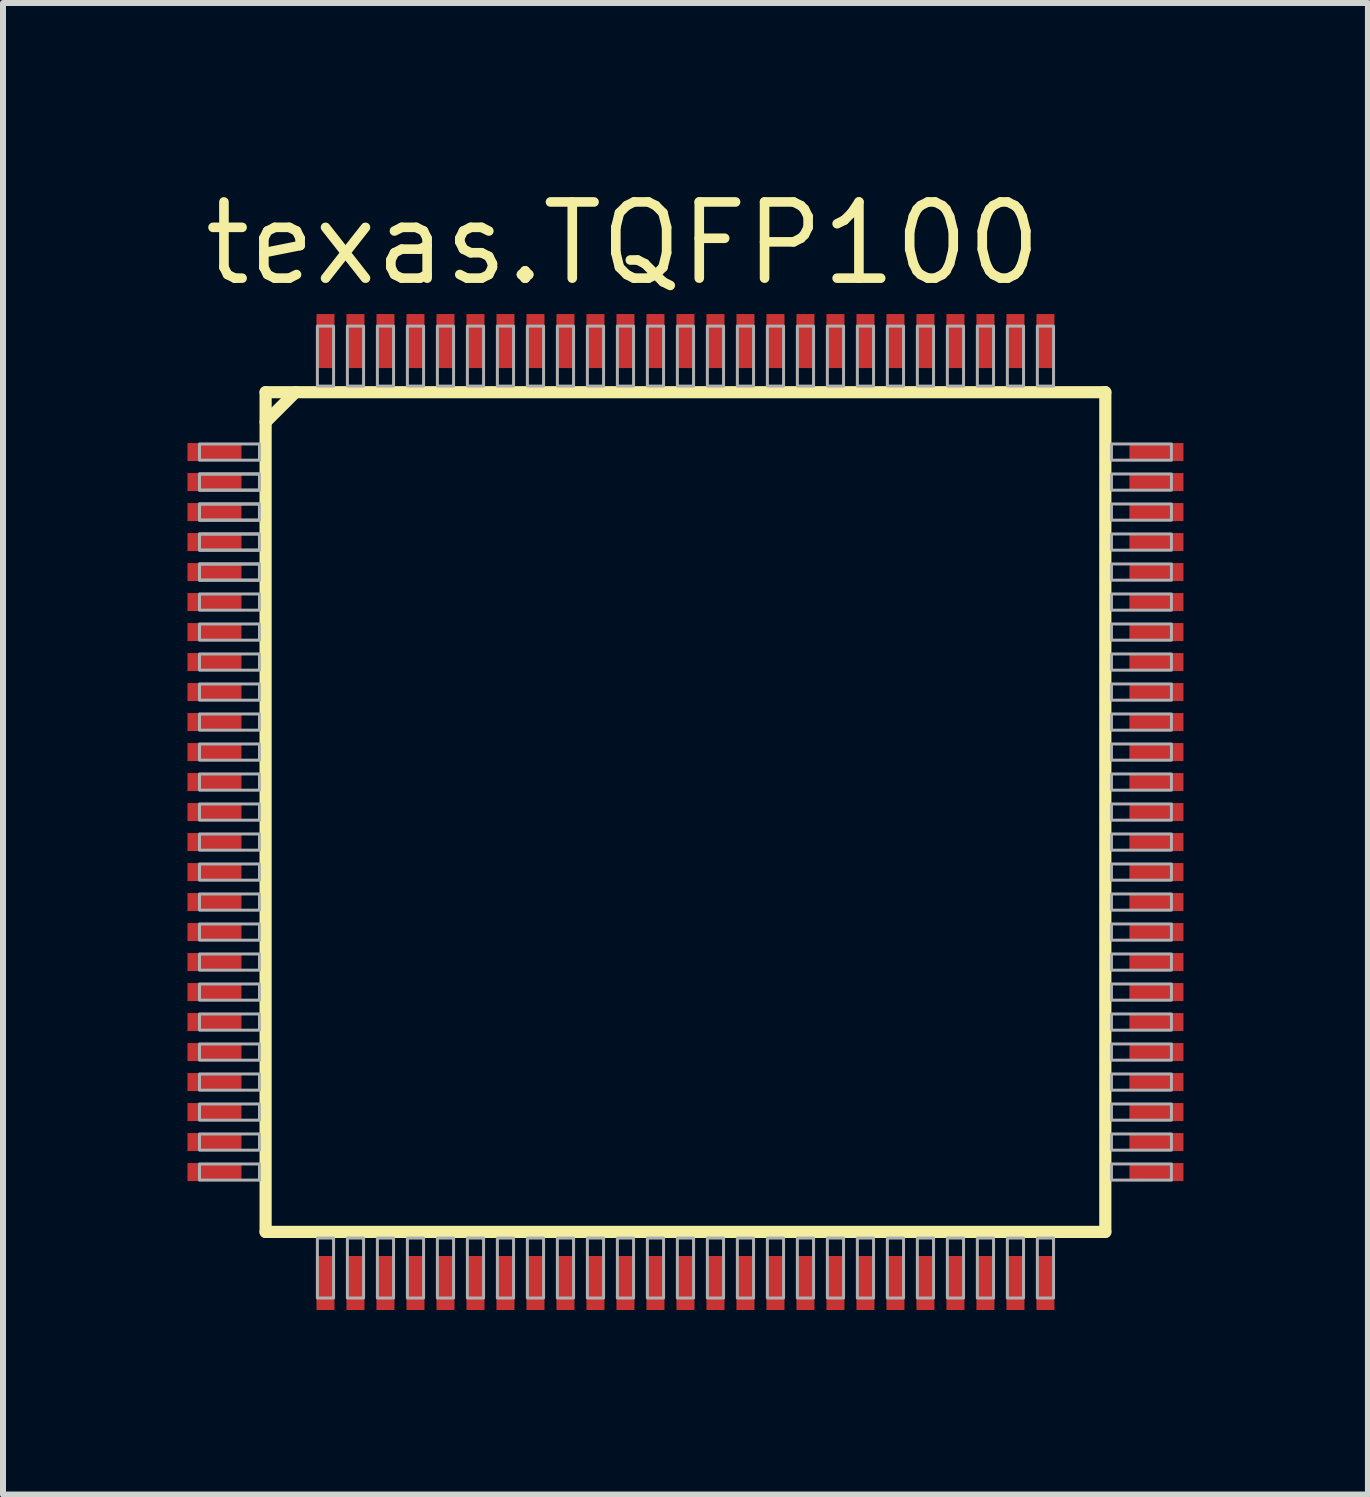
<source format=kicad_pcb>
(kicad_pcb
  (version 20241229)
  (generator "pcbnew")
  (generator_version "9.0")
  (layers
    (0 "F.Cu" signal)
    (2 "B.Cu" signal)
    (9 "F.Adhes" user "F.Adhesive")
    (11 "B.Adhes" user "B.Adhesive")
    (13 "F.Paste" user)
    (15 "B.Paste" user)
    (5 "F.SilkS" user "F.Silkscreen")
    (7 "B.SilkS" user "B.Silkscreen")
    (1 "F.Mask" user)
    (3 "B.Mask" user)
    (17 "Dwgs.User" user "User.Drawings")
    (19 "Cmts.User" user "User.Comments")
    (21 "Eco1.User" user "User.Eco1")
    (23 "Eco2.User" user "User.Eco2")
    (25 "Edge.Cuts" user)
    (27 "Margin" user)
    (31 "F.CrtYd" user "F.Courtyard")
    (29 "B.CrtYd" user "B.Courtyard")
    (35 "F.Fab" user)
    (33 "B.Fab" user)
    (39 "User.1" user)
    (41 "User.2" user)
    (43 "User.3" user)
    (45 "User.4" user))
  (footprint "texas.TQFP100"
    (layer "F.Cu")
    (at 8.375 10.485)
    (property "Reference" "texas.TQFP100" (at -8.1 -8.735 0) (layer "F.SilkS") (effects (font (size 1.27 1.27) (thickness 0.16)) (justify left bottom)))
    (attr smd)
    (fp_rect (start -8.35 -5.825) (end -7.3 -6.175) (stroke (width 0.05) (type default)) (fill yes) (layer "F.Mask"))
    (fp_rect (start -8.35 -5.325) (end -7.3 -5.675) (stroke (width 0.05) (type default)) (fill yes) (layer "F.Mask"))
    (fp_rect (start -8.35 -4.825) (end -7.3 -5.175) (stroke (width 0.05) (type default)) (fill yes) (layer "F.Mask"))
    (fp_rect (start -8.35 -4.325) (end -7.3 -4.675) (stroke (width 0.05) (type default)) (fill yes) (layer "F.Mask"))
    (fp_rect (start -8.35 -3.825) (end -7.3 -4.175) (stroke (width 0.05) (type default)) (fill yes) (layer "F.Mask"))
    (fp_rect (start -8.35 -3.325) (end -7.3 -3.675) (stroke (width 0.05) (type default)) (fill yes) (layer "F.Mask"))
    (fp_rect (start -8.35 -2.825) (end -7.3 -3.175) (stroke (width 0.05) (type default)) (fill yes) (layer "F.Mask"))
    (fp_rect (start -8.35 -2.325) (end -7.3 -2.675) (stroke (width 0.05) (type default)) (fill yes) (layer "F.Mask"))
    (fp_rect (start -8.35 -1.825) (end -7.3 -2.175) (stroke (width 0.05) (type default)) (fill yes) (layer "F.Mask"))
    (fp_rect (start -8.35 -1.325) (end -7.3 -1.675) (stroke (width 0.05) (type default)) (fill yes) (layer "F.Mask"))
    (fp_rect (start -8.35 -0.825) (end -7.3 -1.175) (stroke (width 0.05) (type default)) (fill yes) (layer "F.Mask"))
    (fp_rect (start -8.35 -0.325) (end -7.3 -0.675) (stroke (width 0.05) (type default)) (fill yes) (layer "F.Mask"))
    (fp_rect (start -8.35 0.175) (end -7.3 -0.175) (stroke (width 0.05) (type default)) (fill yes) (layer "F.Mask"))
    (fp_rect (start -8.35 0.675) (end -7.3 0.325) (stroke (width 0.05) (type default)) (fill yes) (layer "F.Mask"))
    (fp_rect (start -8.35 1.175) (end -7.3 0.825) (stroke (width 0.05) (type default)) (fill yes) (layer "F.Mask"))
    (fp_rect (start -8.35 1.675) (end -7.3 1.325) (stroke (width 0.05) (type default)) (fill yes) (layer "F.Mask"))
    (fp_rect (start -8.35 2.175) (end -7.3 1.825) (stroke (width 0.05) (type default)) (fill yes) (layer "F.Mask"))
    (fp_rect (start -8.35 2.675) (end -7.3 2.325) (stroke (width 0.05) (type default)) (fill yes) (layer "F.Mask"))
    (fp_rect (start -8.35 3.175) (end -7.3 2.825) (stroke (width 0.05) (type default)) (fill yes) (layer "F.Mask"))
    (fp_rect (start -8.35 3.675) (end -7.3 3.325) (stroke (width 0.05) (type default)) (fill yes) (layer "F.Mask"))
    (fp_rect (start -8.35 4.175) (end -7.3 3.825) (stroke (width 0.05) (type default)) (fill yes) (layer "F.Mask"))
    (fp_rect (start -8.35 4.675) (end -7.3 4.325) (stroke (width 0.05) (type default)) (fill yes) (layer "F.Mask"))
    (fp_rect (start -8.35 5.175) (end -7.3 4.825) (stroke (width 0.05) (type default)) (fill yes) (layer "F.Mask"))
    (fp_rect (start -8.35 5.675) (end -7.3 5.325) (stroke (width 0.05) (type default)) (fill yes) (layer "F.Mask"))
    (fp_rect (start -8.35 6.175) (end -7.3 5.825) (stroke (width 0.05) (type default)) (fill yes) (layer "F.Mask"))
    (fp_rect (start -6.175 -7.3) (end -5.825 -8.35) (stroke (width 0.05) (type default)) (fill yes) (layer "F.Mask"))
    (fp_rect (start -6.175 8.35) (end -5.825 7.3) (stroke (width 0.05) (type default)) (fill yes) (layer "F.Mask"))
    (fp_rect (start -5.675 -7.3) (end -5.325 -8.35) (stroke (width 0.05) (type default)) (fill yes) (layer "F.Mask"))
    (fp_rect (start -5.675 8.35) (end -5.325 7.3) (stroke (width 0.05) (type default)) (fill yes) (layer "F.Mask"))
    (fp_rect (start -5.175 -7.3) (end -4.825 -8.35) (stroke (width 0.05) (type default)) (fill yes) (layer "F.Mask"))
    (fp_rect (start -5.175 8.35) (end -4.825 7.3) (stroke (width 0.05) (type default)) (fill yes) (layer "F.Mask"))
    (fp_rect (start -4.675 -7.3) (end -4.325 -8.35) (stroke (width 0.05) (type default)) (fill yes) (layer "F.Mask"))
    (fp_rect (start -4.675 8.35) (end -4.325 7.3) (stroke (width 0.05) (type default)) (fill yes) (layer "F.Mask"))
    (fp_rect (start -4.175 -7.3) (end -3.825 -8.35) (stroke (width 0.05) (type default)) (fill yes) (layer "F.Mask"))
    (fp_rect (start -4.175 8.35) (end -3.825 7.3) (stroke (width 0.05) (type default)) (fill yes) (layer "F.Mask"))
    (fp_rect (start -3.675 -7.3) (end -3.325 -8.35) (stroke (width 0.05) (type default)) (fill yes) (layer "F.Mask"))
    (fp_rect (start -3.675 8.35) (end -3.325 7.3) (stroke (width 0.05) (type default)) (fill yes) (layer "F.Mask"))
    (fp_rect (start -3.175 -7.3) (end -2.825 -8.35) (stroke (width 0.05) (type default)) (fill yes) (layer "F.Mask"))
    (fp_rect (start -3.175 8.35) (end -2.825 7.3) (stroke (width 0.05) (type default)) (fill yes) (layer "F.Mask"))
    (fp_rect (start -2.675 -7.3) (end -2.325 -8.35) (stroke (width 0.05) (type default)) (fill yes) (layer "F.Mask"))
    (fp_rect (start -2.675 8.35) (end -2.325 7.3) (stroke (width 0.05) (type default)) (fill yes) (layer "F.Mask"))
    (fp_rect (start -2.175 -7.3) (end -1.825 -8.35) (stroke (width 0.05) (type default)) (fill yes) (layer "F.Mask"))
    (fp_rect (start -2.175 8.35) (end -1.825 7.3) (stroke (width 0.05) (type default)) (fill yes) (layer "F.Mask"))
    (fp_rect (start -1.675 -7.3) (end -1.325 -8.35) (stroke (width 0.05) (type default)) (fill yes) (layer "F.Mask"))
    (fp_rect (start -1.675 8.35) (end -1.325 7.3) (stroke (width 0.05) (type default)) (fill yes) (layer "F.Mask"))
    (fp_rect (start -1.175 -7.3) (end -0.825 -8.35) (stroke (width 0.05) (type default)) (fill yes) (layer "F.Mask"))
    (fp_rect (start -1.175 8.35) (end -0.825 7.3) (stroke (width 0.05) (type default)) (fill yes) (layer "F.Mask"))
    (fp_rect (start -0.675 -7.3) (end -0.325 -8.35) (stroke (width 0.05) (type default)) (fill yes) (layer "F.Mask"))
    (fp_rect (start -0.675 8.35) (end -0.325 7.3) (stroke (width 0.05) (type default)) (fill yes) (layer "F.Mask"))
    (fp_rect (start -0.175 -7.3) (end 0.175 -8.35) (stroke (width 0.05) (type default)) (fill yes) (layer "F.Mask"))
    (fp_rect (start -0.175 8.35) (end 0.175 7.3) (stroke (width 0.05) (type default)) (fill yes) (layer "F.Mask"))
    (fp_rect (start 0.325 -7.3) (end 0.675 -8.35) (stroke (width 0.05) (type default)) (fill yes) (layer "F.Mask"))
    (fp_rect (start 0.325 8.35) (end 0.675 7.3) (stroke (width 0.05) (type default)) (fill yes) (layer "F.Mask"))
    (fp_rect (start 0.825 -7.3) (end 1.175 -8.35) (stroke (width 0.05) (type default)) (fill yes) (layer "F.Mask"))
    (fp_rect (start 0.825 8.35) (end 1.175 7.3) (stroke (width 0.05) (type default)) (fill yes) (layer "F.Mask"))
    (fp_rect (start 1.325 -7.3) (end 1.675 -8.35) (stroke (width 0.05) (type default)) (fill yes) (layer "F.Mask"))
    (fp_rect (start 1.325 8.35) (end 1.675 7.3) (stroke (width 0.05) (type default)) (fill yes) (layer "F.Mask"))
    (fp_rect (start 1.825 -7.3) (end 2.175 -8.35) (stroke (width 0.05) (type default)) (fill yes) (layer "F.Mask"))
    (fp_rect (start 1.825 8.35) (end 2.175 7.3) (stroke (width 0.05) (type default)) (fill yes) (layer "F.Mask"))
    (fp_rect (start 2.325 -7.3) (end 2.675 -8.35) (stroke (width 0.05) (type default)) (fill yes) (layer "F.Mask"))
    (fp_rect (start 2.325 8.35) (end 2.675 7.3) (stroke (width 0.05) (type default)) (fill yes) (layer "F.Mask"))
    (fp_rect (start 2.825 -7.3) (end 3.175 -8.35) (stroke (width 0.05) (type default)) (fill yes) (layer "F.Mask"))
    (fp_rect (start 2.825 8.35) (end 3.175 7.3) (stroke (width 0.05) (type default)) (fill yes) (layer "F.Mask"))
    (fp_rect (start 3.325 -7.3) (end 3.675 -8.35) (stroke (width 0.05) (type default)) (fill yes) (layer "F.Mask"))
    (fp_rect (start 3.325 8.35) (end 3.675 7.3) (stroke (width 0.05) (type default)) (fill yes) (layer "F.Mask"))
    (fp_rect (start 3.825 -7.3) (end 4.175 -8.35) (stroke (width 0.05) (type default)) (fill yes) (layer "F.Mask"))
    (fp_rect (start 3.825 8.35) (end 4.175 7.3) (stroke (width 0.05) (type default)) (fill yes) (layer "F.Mask"))
    (fp_rect (start 4.325 -7.3) (end 4.675 -8.35) (stroke (width 0.05) (type default)) (fill yes) (layer "F.Mask"))
    (fp_rect (start 4.325 8.35) (end 4.675 7.3) (stroke (width 0.05) (type default)) (fill yes) (layer "F.Mask"))
    (fp_rect (start 4.825 -7.3) (end 5.175 -8.35) (stroke (width 0.05) (type default)) (fill yes) (layer "F.Mask"))
    (fp_rect (start 4.825 8.35) (end 5.175 7.3) (stroke (width 0.05) (type default)) (fill yes) (layer "F.Mask"))
    (fp_rect (start 5.325 -7.3) (end 5.675 -8.35) (stroke (width 0.05) (type default)) (fill yes) (layer "F.Mask"))
    (fp_rect (start 5.325 8.35) (end 5.675 7.3) (stroke (width 0.05) (type default)) (fill yes) (layer "F.Mask"))
    (fp_rect (start 5.825 -7.3) (end 6.175 -8.35) (stroke (width 0.05) (type default)) (fill yes) (layer "F.Mask"))
    (fp_rect (start 5.825 8.35) (end 6.175 7.3) (stroke (width 0.05) (type default)) (fill yes) (layer "F.Mask"))
    (fp_rect (start 7.3 -5.825) (end 8.35 -6.175) (stroke (width 0.05) (type default)) (fill yes) (layer "F.Mask"))
    (fp_rect (start 7.3 -5.325) (end 8.35 -5.675) (stroke (width 0.05) (type default)) (fill yes) (layer "F.Mask"))
    (fp_rect (start 7.3 -4.825) (end 8.35 -5.175) (stroke (width 0.05) (type default)) (fill yes) (layer "F.Mask"))
    (fp_rect (start 7.3 -4.325) (end 8.35 -4.675) (stroke (width 0.05) (type default)) (fill yes) (layer "F.Mask"))
    (fp_rect (start 7.3 -3.825) (end 8.35 -4.175) (stroke (width 0.05) (type default)) (fill yes) (layer "F.Mask"))
    (fp_rect (start 7.3 -3.325) (end 8.35 -3.675) (stroke (width 0.05) (type default)) (fill yes) (layer "F.Mask"))
    (fp_rect (start 7.3 -2.825) (end 8.35 -3.175) (stroke (width 0.05) (type default)) (fill yes) (layer "F.Mask"))
    (fp_rect (start 7.3 -2.325) (end 8.35 -2.675) (stroke (width 0.05) (type default)) (fill yes) (layer "F.Mask"))
    (fp_rect (start 7.3 -1.825) (end 8.35 -2.175) (stroke (width 0.05) (type default)) (fill yes) (layer "F.Mask"))
    (fp_rect (start 7.3 -1.325) (end 8.35 -1.675) (stroke (width 0.05) (type default)) (fill yes) (layer "F.Mask"))
    (fp_rect (start 7.3 -0.825) (end 8.35 -1.175) (stroke (width 0.05) (type default)) (fill yes) (layer "F.Mask"))
    (fp_rect (start 7.3 -0.325) (end 8.35 -0.675) (stroke (width 0.05) (type default)) (fill yes) (layer "F.Mask"))
    (fp_rect (start 7.3 0.175) (end 8.35 -0.175) (stroke (width 0.05) (type default)) (fill yes) (layer "F.Mask"))
    (fp_rect (start 7.3 0.675) (end 8.35 0.325) (stroke (width 0.05) (type default)) (fill yes) (layer "F.Mask"))
    (fp_rect (start 7.3 1.175) (end 8.35 0.825) (stroke (width 0.05) (type default)) (fill yes) (layer "F.Mask"))
    (fp_rect (start 7.3 1.675) (end 8.35 1.325) (stroke (width 0.05) (type default)) (fill yes) (layer "F.Mask"))
    (fp_rect (start 7.3 2.175) (end 8.35 1.825) (stroke (width 0.05) (type default)) (fill yes) (layer "F.Mask"))
    (fp_rect (start 7.3 2.675) (end 8.35 2.325) (stroke (width 0.05) (type default)) (fill yes) (layer "F.Mask"))
    (fp_rect (start 7.3 3.175) (end 8.35 2.825) (stroke (width 0.05) (type default)) (fill yes) (layer "F.Mask"))
    (fp_rect (start 7.3 3.675) (end 8.35 3.325) (stroke (width 0.05) (type default)) (fill yes) (layer "F.Mask"))
    (fp_rect (start 7.3 4.175) (end 8.35 3.825) (stroke (width 0.05) (type default)) (fill yes) (layer "F.Mask"))
    (fp_rect (start 7.3 4.675) (end 8.35 4.325) (stroke (width 0.05) (type default)) (fill yes) (layer "F.Mask"))
    (fp_rect (start 7.3 5.175) (end 8.35 4.825) (stroke (width 0.05) (type default)) (fill yes) (layer "F.Mask"))
    (fp_rect (start 7.3 5.675) (end 8.35 5.325) (stroke (width 0.05) (type default)) (fill yes) (layer "F.Mask"))
    (fp_rect (start 7.3 6.175) (end 8.35 5.825) (stroke (width 0.05) (type default)) (fill yes) (layer "F.Mask"))
    (fp_line (start -6.998 -6.998) (end -6.998 6.998) (stroke (width 0.203) (type default)) (layer "F.SilkS"))
    (fp_line (start -6.998 -6.5) (end -6.5 -6.998) (stroke (width 0.203) (type default)) (layer "F.SilkS"))
    (fp_line (start -6.998 6.998) (end 6.998 6.998) (stroke (width 0.203) (type default)) (layer "F.SilkS"))
    (fp_line (start 6.998 -6.998) (end -6.998 -6.998) (stroke (width 0.203) (type default)) (layer "F.SilkS"))
    (fp_line (start 6.998 6.998) (end 6.998 -6.998) (stroke (width 0.203) (type default)) (layer "F.SilkS"))
    (fp_rect (start -8.225 -5.875) (end -7.425 -6.125) (stroke (width 0.05) (type default)) (fill yes) (layer "F.Paste"))
    (fp_rect (start -8.225 -5.375) (end -7.425 -5.625) (stroke (width 0.05) (type default)) (fill yes) (layer "F.Paste"))
    (fp_rect (start -8.225 -4.875) (end -7.425 -5.125) (stroke (width 0.05) (type default)) (fill yes) (layer "F.Paste"))
    (fp_rect (start -8.225 -4.375) (end -7.425 -4.625) (stroke (width 0.05) (type default)) (fill yes) (layer "F.Paste"))
    (fp_rect (start -8.225 -3.875) (end -7.425 -4.125) (stroke (width 0.05) (type default)) (fill yes) (layer "F.Paste"))
    (fp_rect (start -8.225 -3.375) (end -7.425 -3.625) (stroke (width 0.05) (type default)) (fill yes) (layer "F.Paste"))
    (fp_rect (start -8.225 -2.875) (end -7.425 -3.125) (stroke (width 0.05) (type default)) (fill yes) (layer "F.Paste"))
    (fp_rect (start -8.225 -2.375) (end -7.425 -2.625) (stroke (width 0.05) (type default)) (fill yes) (layer "F.Paste"))
    (fp_rect (start -8.225 -1.875) (end -7.425 -2.125) (stroke (width 0.05) (type default)) (fill yes) (layer "F.Paste"))
    (fp_rect (start -8.225 -1.375) (end -7.425 -1.625) (stroke (width 0.05) (type default)) (fill yes) (layer "F.Paste"))
    (fp_rect (start -8.225 -0.875) (end -7.425 -1.125) (stroke (width 0.05) (type default)) (fill yes) (layer "F.Paste"))
    (fp_rect (start -8.225 -0.375) (end -7.425 -0.625) (stroke (width 0.05) (type default)) (fill yes) (layer "F.Paste"))
    (fp_rect (start -8.225 0.125) (end -7.425 -0.125) (stroke (width 0.05) (type default)) (fill yes) (layer "F.Paste"))
    (fp_rect (start -8.225 0.625) (end -7.425 0.375) (stroke (width 0.05) (type default)) (fill yes) (layer "F.Paste"))
    (fp_rect (start -8.225 1.125) (end -7.425 0.875) (stroke (width 0.05) (type default)) (fill yes) (layer "F.Paste"))
    (fp_rect (start -8.225 1.625) (end -7.425 1.375) (stroke (width 0.05) (type default)) (fill yes) (layer "F.Paste"))
    (fp_rect (start -8.225 2.125) (end -7.425 1.875) (stroke (width 0.05) (type default)) (fill yes) (layer "F.Paste"))
    (fp_rect (start -8.225 2.625) (end -7.425 2.375) (stroke (width 0.05) (type default)) (fill yes) (layer "F.Paste"))
    (fp_rect (start -8.225 3.125) (end -7.425 2.875) (stroke (width 0.05) (type default)) (fill yes) (layer "F.Paste"))
    (fp_rect (start -8.225 3.625) (end -7.425 3.375) (stroke (width 0.05) (type default)) (fill yes) (layer "F.Paste"))
    (fp_rect (start -8.225 4.125) (end -7.425 3.875) (stroke (width 0.05) (type default)) (fill yes) (layer "F.Paste"))
    (fp_rect (start -8.225 4.625) (end -7.425 4.375) (stroke (width 0.05) (type default)) (fill yes) (layer "F.Paste"))
    (fp_rect (start -8.225 5.125) (end -7.425 4.875) (stroke (width 0.05) (type default)) (fill yes) (layer "F.Paste"))
    (fp_rect (start -8.225 5.625) (end -7.425 5.375) (stroke (width 0.05) (type default)) (fill yes) (layer "F.Paste"))
    (fp_rect (start -8.225 6.125) (end -7.425 5.875) (stroke (width 0.05) (type default)) (fill yes) (layer "F.Paste"))
    (fp_rect (start -6.125 -7.425) (end -5.875 -8.225) (stroke (width 0.05) (type default)) (fill yes) (layer "F.Paste"))
    (fp_rect (start -6.125 8.225) (end -5.875 7.425) (stroke (width 0.05) (type default)) (fill yes) (layer "F.Paste"))
    (fp_rect (start -5.625 -7.425) (end -5.375 -8.225) (stroke (width 0.05) (type default)) (fill yes) (layer "F.Paste"))
    (fp_rect (start -5.625 8.225) (end -5.375 7.425) (stroke (width 0.05) (type default)) (fill yes) (layer "F.Paste"))
    (fp_rect (start -5.125 -7.425) (end -4.875 -8.225) (stroke (width 0.05) (type default)) (fill yes) (layer "F.Paste"))
    (fp_rect (start -5.125 8.225) (end -4.875 7.425) (stroke (width 0.05) (type default)) (fill yes) (layer "F.Paste"))
    (fp_rect (start -4.625 -7.425) (end -4.375 -8.225) (stroke (width 0.05) (type default)) (fill yes) (layer "F.Paste"))
    (fp_rect (start -4.625 8.225) (end -4.375 7.425) (stroke (width 0.05) (type default)) (fill yes) (layer "F.Paste"))
    (fp_rect (start -4.125 -7.425) (end -3.875 -8.225) (stroke (width 0.05) (type default)) (fill yes) (layer "F.Paste"))
    (fp_rect (start -4.125 8.225) (end -3.875 7.425) (stroke (width 0.05) (type default)) (fill yes) (layer "F.Paste"))
    (fp_rect (start -3.625 -7.425) (end -3.375 -8.225) (stroke (width 0.05) (type default)) (fill yes) (layer "F.Paste"))
    (fp_rect (start -3.625 8.225) (end -3.375 7.425) (stroke (width 0.05) (type default)) (fill yes) (layer "F.Paste"))
    (fp_rect (start -3.125 -7.425) (end -2.875 -8.225) (stroke (width 0.05) (type default)) (fill yes) (layer "F.Paste"))
    (fp_rect (start -3.125 8.225) (end -2.875 7.425) (stroke (width 0.05) (type default)) (fill yes) (layer "F.Paste"))
    (fp_rect (start -2.625 -7.425) (end -2.375 -8.225) (stroke (width 0.05) (type default)) (fill yes) (layer "F.Paste"))
    (fp_rect (start -2.625 8.225) (end -2.375 7.425) (stroke (width 0.05) (type default)) (fill yes) (layer "F.Paste"))
    (fp_rect (start -2.125 -7.425) (end -1.875 -8.225) (stroke (width 0.05) (type default)) (fill yes) (layer "F.Paste"))
    (fp_rect (start -2.125 8.225) (end -1.875 7.425) (stroke (width 0.05) (type default)) (fill yes) (layer "F.Paste"))
    (fp_rect (start -1.625 -7.425) (end -1.375 -8.225) (stroke (width 0.05) (type default)) (fill yes) (layer "F.Paste"))
    (fp_rect (start -1.625 8.225) (end -1.375 7.425) (stroke (width 0.05) (type default)) (fill yes) (layer "F.Paste"))
    (fp_rect (start -1.125 -7.425) (end -0.875 -8.225) (stroke (width 0.05) (type default)) (fill yes) (layer "F.Paste"))
    (fp_rect (start -1.125 8.225) (end -0.875 7.425) (stroke (width 0.05) (type default)) (fill yes) (layer "F.Paste"))
    (fp_rect (start -0.625 -7.425) (end -0.375 -8.225) (stroke (width 0.05) (type default)) (fill yes) (layer "F.Paste"))
    (fp_rect (start -0.625 8.225) (end -0.375 7.425) (stroke (width 0.05) (type default)) (fill yes) (layer "F.Paste"))
    (fp_rect (start -0.125 -7.425) (end 0.125 -8.225) (stroke (width 0.05) (type default)) (fill yes) (layer "F.Paste"))
    (fp_rect (start -0.125 8.225) (end 0.125 7.425) (stroke (width 0.05) (type default)) (fill yes) (layer "F.Paste"))
    (fp_rect (start 0.375 -7.425) (end 0.625 -8.225) (stroke (width 0.05) (type default)) (fill yes) (layer "F.Paste"))
    (fp_rect (start 0.375 8.225) (end 0.625 7.425) (stroke (width 0.05) (type default)) (fill yes) (layer "F.Paste"))
    (fp_rect (start 0.875 -7.425) (end 1.125 -8.225) (stroke (width 0.05) (type default)) (fill yes) (layer "F.Paste"))
    (fp_rect (start 0.875 8.225) (end 1.125 7.425) (stroke (width 0.05) (type default)) (fill yes) (layer "F.Paste"))
    (fp_rect (start 1.375 -7.425) (end 1.625 -8.225) (stroke (width 0.05) (type default)) (fill yes) (layer "F.Paste"))
    (fp_rect (start 1.375 8.225) (end 1.625 7.425) (stroke (width 0.05) (type default)) (fill yes) (layer "F.Paste"))
    (fp_rect (start 1.875 -7.425) (end 2.125 -8.225) (stroke (width 0.05) (type default)) (fill yes) (layer "F.Paste"))
    (fp_rect (start 1.875 8.225) (end 2.125 7.425) (stroke (width 0.05) (type default)) (fill yes) (layer "F.Paste"))
    (fp_rect (start 2.375 -7.425) (end 2.625 -8.225) (stroke (width 0.05) (type default)) (fill yes) (layer "F.Paste"))
    (fp_rect (start 2.375 8.225) (end 2.625 7.425) (stroke (width 0.05) (type default)) (fill yes) (layer "F.Paste"))
    (fp_rect (start 2.875 -7.425) (end 3.125 -8.225) (stroke (width 0.05) (type default)) (fill yes) (layer "F.Paste"))
    (fp_rect (start 2.875 8.225) (end 3.125 7.425) (stroke (width 0.05) (type default)) (fill yes) (layer "F.Paste"))
    (fp_rect (start 3.375 -7.425) (end 3.625 -8.225) (stroke (width 0.05) (type default)) (fill yes) (layer "F.Paste"))
    (fp_rect (start 3.375 8.225) (end 3.625 7.425) (stroke (width 0.05) (type default)) (fill yes) (layer "F.Paste"))
    (fp_rect (start 3.875 -7.425) (end 4.125 -8.225) (stroke (width 0.05) (type default)) (fill yes) (layer "F.Paste"))
    (fp_rect (start 3.875 8.225) (end 4.125 7.425) (stroke (width 0.05) (type default)) (fill yes) (layer "F.Paste"))
    (fp_rect (start 4.375 -7.425) (end 4.625 -8.225) (stroke (width 0.05) (type default)) (fill yes) (layer "F.Paste"))
    (fp_rect (start 4.375 8.225) (end 4.625 7.425) (stroke (width 0.05) (type default)) (fill yes) (layer "F.Paste"))
    (fp_rect (start 4.875 -7.425) (end 5.125 -8.225) (stroke (width 0.05) (type default)) (fill yes) (layer "F.Paste"))
    (fp_rect (start 4.875 8.225) (end 5.125 7.425) (stroke (width 0.05) (type default)) (fill yes) (layer "F.Paste"))
    (fp_rect (start 5.375 -7.425) (end 5.625 -8.225) (stroke (width 0.05) (type default)) (fill yes) (layer "F.Paste"))
    (fp_rect (start 5.375 8.225) (end 5.625 7.425) (stroke (width 0.05) (type default)) (fill yes) (layer "F.Paste"))
    (fp_rect (start 5.875 -7.425) (end 6.125 -8.225) (stroke (width 0.05) (type default)) (fill yes) (layer "F.Paste"))
    (fp_rect (start 5.875 8.225) (end 6.125 7.425) (stroke (width 0.05) (type default)) (fill yes) (layer "F.Paste"))
    (fp_rect (start 7.425 -5.875) (end 8.225 -6.125) (stroke (width 0.05) (type default)) (fill yes) (layer "F.Paste"))
    (fp_rect (start 7.425 -5.375) (end 8.225 -5.625) (stroke (width 0.05) (type default)) (fill yes) (layer "F.Paste"))
    (fp_rect (start 7.425 -4.875) (end 8.225 -5.125) (stroke (width 0.05) (type default)) (fill yes) (layer "F.Paste"))
    (fp_rect (start 7.425 -4.375) (end 8.225 -4.625) (stroke (width 0.05) (type default)) (fill yes) (layer "F.Paste"))
    (fp_rect (start 7.425 -3.875) (end 8.225 -4.125) (stroke (width 0.05) (type default)) (fill yes) (layer "F.Paste"))
    (fp_rect (start 7.425 -3.375) (end 8.225 -3.625) (stroke (width 0.05) (type default)) (fill yes) (layer "F.Paste"))
    (fp_rect (start 7.425 -2.875) (end 8.225 -3.125) (stroke (width 0.05) (type default)) (fill yes) (layer "F.Paste"))
    (fp_rect (start 7.425 -2.375) (end 8.225 -2.625) (stroke (width 0.05) (type default)) (fill yes) (layer "F.Paste"))
    (fp_rect (start 7.425 -1.875) (end 8.225 -2.125) (stroke (width 0.05) (type default)) (fill yes) (layer "F.Paste"))
    (fp_rect (start 7.425 -1.375) (end 8.225 -1.625) (stroke (width 0.05) (type default)) (fill yes) (layer "F.Paste"))
    (fp_rect (start 7.425 -0.875) (end 8.225 -1.125) (stroke (width 0.05) (type default)) (fill yes) (layer "F.Paste"))
    (fp_rect (start 7.425 -0.375) (end 8.225 -0.625) (stroke (width 0.05) (type default)) (fill yes) (layer "F.Paste"))
    (fp_rect (start 7.425 0.125) (end 8.225 -0.125) (stroke (width 0.05) (type default)) (fill yes) (layer "F.Paste"))
    (fp_rect (start 7.425 0.625) (end 8.225 0.375) (stroke (width 0.05) (type default)) (fill yes) (layer "F.Paste"))
    (fp_rect (start 7.425 1.125) (end 8.225 0.875) (stroke (width 0.05) (type default)) (fill yes) (layer "F.Paste"))
    (fp_rect (start 7.425 1.625) (end 8.225 1.375) (stroke (width 0.05) (type default)) (fill yes) (layer "F.Paste"))
    (fp_rect (start 7.425 2.125) (end 8.225 1.875) (stroke (width 0.05) (type default)) (fill yes) (layer "F.Paste"))
    (fp_rect (start 7.425 2.625) (end 8.225 2.375) (stroke (width 0.05) (type default)) (fill yes) (layer "F.Paste"))
    (fp_rect (start 7.425 3.125) (end 8.225 2.875) (stroke (width 0.05) (type default)) (fill yes) (layer "F.Paste"))
    (fp_rect (start 7.425 3.625) (end 8.225 3.375) (stroke (width 0.05) (type default)) (fill yes) (layer "F.Paste"))
    (fp_rect (start 7.425 4.125) (end 8.225 3.875) (stroke (width 0.05) (type default)) (fill yes) (layer "F.Paste"))
    (fp_rect (start 7.425 4.625) (end 8.225 4.375) (stroke (width 0.05) (type default)) (fill yes) (layer "F.Paste"))
    (fp_rect (start 7.425 5.125) (end 8.225 4.875) (stroke (width 0.05) (type default)) (fill yes) (layer "F.Paste"))
    (fp_rect (start 7.425 5.625) (end 8.225 5.375) (stroke (width 0.05) (type default)) (fill yes) (layer "F.Paste"))
    (fp_rect (start 7.425 6.125) (end 8.225 5.875) (stroke (width 0.05) (type default)) (fill yes) (layer "F.Paste"))
    (fp_rect (start -8.1 -5.865) (end -7.1 -6.135) (stroke (width 0.05) (type default)) (fill no) (layer "F.Fab"))
    (fp_rect (start -8.1 -5.365) (end -7.1 -5.635) (stroke (width 0.05) (type default)) (fill no) (layer "F.Fab"))
    (fp_rect (start -8.1 -5.365) (end -7.1 -5.635) (stroke (width 0.05) (type default)) (fill no) (layer "F.Fab"))
    (fp_rect (start -8.1 -4.865) (end -7.1 -5.135) (stroke (width 0.05) (type default)) (fill no) (layer "F.Fab"))
    (fp_rect (start -8.1 -4.865) (end -7.1 -5.135) (stroke (width 0.05) (type default)) (fill no) (layer "F.Fab"))
    (fp_rect (start -8.1 -4.365) (end -7.1 -4.635) (stroke (width 0.05) (type default)) (fill no) (layer "F.Fab"))
    (fp_rect (start -8.1 -4.365) (end -7.1 -4.635) (stroke (width 0.05) (type default)) (fill no) (layer "F.Fab"))
    (fp_rect (start -8.1 -3.865) (end -7.1 -4.135) (stroke (width 0.05) (type default)) (fill no) (layer "F.Fab"))
    (fp_rect (start -8.1 -3.865) (end -7.1 -4.135) (stroke (width 0.05) (type default)) (fill no) (layer "F.Fab"))
    (fp_rect (start -8.1 -3.365) (end -7.1 -3.635) (stroke (width 0.05) (type default)) (fill no) (layer "F.Fab"))
    (fp_rect (start -8.1 -2.865) (end -7.1 -3.135) (stroke (width 0.05) (type default)) (fill no) (layer "F.Fab"))
    (fp_rect (start -8.1 -2.365) (end -7.1 -2.635) (stroke (width 0.05) (type default)) (fill no) (layer "F.Fab"))
    (fp_rect (start -8.1 -1.865) (end -7.1 -2.135) (stroke (width 0.05) (type default)) (fill no) (layer "F.Fab"))
    (fp_rect (start -8.1 -1.365) (end -7.1 -1.635) (stroke (width 0.05) (type default)) (fill no) (layer "F.Fab"))
    (fp_rect (start -8.1 -0.865) (end -7.1 -1.135) (stroke (width 0.05) (type default)) (fill no) (layer "F.Fab"))
    (fp_rect (start -8.1 -0.365) (end -7.1 -0.635) (stroke (width 0.05) (type default)) (fill no) (layer "F.Fab"))
    (fp_rect (start -8.1 0.135) (end -7.1 -0.135) (stroke (width 0.05) (type default)) (fill no) (layer "F.Fab"))
    (fp_rect (start -8.1 0.635) (end -7.1 0.365) (stroke (width 0.05) (type default)) (fill no) (layer "F.Fab"))
    (fp_rect (start -8.1 1.135) (end -7.1 0.865) (stroke (width 0.05) (type default)) (fill no) (layer "F.Fab"))
    (fp_rect (start -8.1 1.635) (end -7.1 1.365) (stroke (width 0.05) (type default)) (fill no) (layer "F.Fab"))
    (fp_rect (start -8.1 2.135) (end -7.1 1.865) (stroke (width 0.05) (type default)) (fill no) (layer "F.Fab"))
    (fp_rect (start -8.1 2.635) (end -7.1 2.365) (stroke (width 0.05) (type default)) (fill no) (layer "F.Fab"))
    (fp_rect (start -8.1 3.135) (end -7.1 2.865) (stroke (width 0.05) (type default)) (fill no) (layer "F.Fab"))
    (fp_rect (start -8.1 3.635) (end -7.1 3.365) (stroke (width 0.05) (type default)) (fill no) (layer "F.Fab"))
    (fp_rect (start -8.1 4.135) (end -7.1 3.865) (stroke (width 0.05) (type default)) (fill no) (layer "F.Fab"))
    (fp_rect (start -8.1 4.635) (end -7.1 4.365) (stroke (width 0.05) (type default)) (fill no) (layer "F.Fab"))
    (fp_rect (start -8.1 5.135) (end -7.1 4.865) (stroke (width 0.05) (type default)) (fill no) (layer "F.Fab"))
    (fp_rect (start -8.1 5.635) (end -7.1 5.365) (stroke (width 0.05) (type default)) (fill no) (layer "F.Fab"))
    (fp_rect (start -8.1 6.135) (end -7.1 5.865) (stroke (width 0.05) (type default)) (fill no) (layer "F.Fab"))
    (fp_rect (start -6.135 -7.1) (end -5.865 -8.1) (stroke (width 0.05) (type default)) (fill no) (layer "F.Fab"))
    (fp_rect (start -6.135 8.1) (end -5.865 7.1) (stroke (width 0.05) (type default)) (fill no) (layer "F.Fab"))
    (fp_rect (start -5.635 -7.1) (end -5.365 -8.1) (stroke (width 0.05) (type default)) (fill no) (layer "F.Fab"))
    (fp_rect (start -5.635 8.1) (end -5.365 7.1) (stroke (width 0.05) (type default)) (fill no) (layer "F.Fab"))
    (fp_rect (start -5.135 -7.1) (end -4.865 -8.1) (stroke (width 0.05) (type default)) (fill no) (layer "F.Fab"))
    (fp_rect (start -5.135 8.1) (end -4.865 7.1) (stroke (width 0.05) (type default)) (fill no) (layer "F.Fab"))
    (fp_rect (start -4.635 -7.1) (end -4.365 -8.1) (stroke (width 0.05) (type default)) (fill no) (layer "F.Fab"))
    (fp_rect (start -4.635 8.1) (end -4.365 7.1) (stroke (width 0.05) (type default)) (fill no) (layer "F.Fab"))
    (fp_rect (start -4.135 -7.1) (end -3.865 -8.1) (stroke (width 0.05) (type default)) (fill no) (layer "F.Fab"))
    (fp_rect (start -4.135 8.1) (end -3.865 7.1) (stroke (width 0.05) (type default)) (fill no) (layer "F.Fab"))
    (fp_rect (start -3.635 -7.1) (end -3.365 -8.1) (stroke (width 0.05) (type default)) (fill no) (layer "F.Fab"))
    (fp_rect (start -3.635 8.1) (end -3.365 7.1) (stroke (width 0.05) (type default)) (fill no) (layer "F.Fab"))
    (fp_rect (start -3.135 -7.1) (end -2.865 -8.1) (stroke (width 0.05) (type default)) (fill no) (layer "F.Fab"))
    (fp_rect (start -3.135 8.1) (end -2.865 7.1) (stroke (width 0.05) (type default)) (fill no) (layer "F.Fab"))
    (fp_rect (start -2.635 -7.1) (end -2.365 -8.1) (stroke (width 0.05) (type default)) (fill no) (layer "F.Fab"))
    (fp_rect (start -2.635 8.1) (end -2.365 7.1) (stroke (width 0.05) (type default)) (fill no) (layer "F.Fab"))
    (fp_rect (start -2.135 -7.1) (end -1.865 -8.1) (stroke (width 0.05) (type default)) (fill no) (layer "F.Fab"))
    (fp_rect (start -2.135 8.1) (end -1.865 7.1) (stroke (width 0.05) (type default)) (fill no) (layer "F.Fab"))
    (fp_rect (start -1.635 -7.1) (end -1.365 -8.1) (stroke (width 0.05) (type default)) (fill no) (layer "F.Fab"))
    (fp_rect (start -1.635 8.1) (end -1.365 7.1) (stroke (width 0.05) (type default)) (fill no) (layer "F.Fab"))
    (fp_rect (start -1.135 -7.1) (end -0.865 -8.1) (stroke (width 0.05) (type default)) (fill no) (layer "F.Fab"))
    (fp_rect (start -1.135 8.1) (end -0.865 7.1) (stroke (width 0.05) (type default)) (fill no) (layer "F.Fab"))
    (fp_rect (start -0.635 -7.1) (end -0.365 -8.1) (stroke (width 0.05) (type default)) (fill no) (layer "F.Fab"))
    (fp_rect (start -0.635 8.1) (end -0.365 7.1) (stroke (width 0.05) (type default)) (fill no) (layer "F.Fab"))
    (fp_rect (start -0.135 -7.1) (end 0.135 -8.1) (stroke (width 0.05) (type default)) (fill no) (layer "F.Fab"))
    (fp_rect (start -0.135 8.1) (end 0.135 7.1) (stroke (width 0.05) (type default)) (fill no) (layer "F.Fab"))
    (fp_rect (start 0.365 -7.1) (end 0.635 -8.1) (stroke (width 0.05) (type default)) (fill no) (layer "F.Fab"))
    (fp_rect (start 0.365 8.1) (end 0.635 7.1) (stroke (width 0.05) (type default)) (fill no) (layer "F.Fab"))
    (fp_rect (start 0.865 -7.1) (end 1.135 -8.1) (stroke (width 0.05) (type default)) (fill no) (layer "F.Fab"))
    (fp_rect (start 0.865 8.1) (end 1.135 7.1) (stroke (width 0.05) (type default)) (fill no) (layer "F.Fab"))
    (fp_rect (start 1.365 -7.1) (end 1.635 -8.1) (stroke (width 0.05) (type default)) (fill no) (layer "F.Fab"))
    (fp_rect (start 1.365 8.1) (end 1.635 7.1) (stroke (width 0.05) (type default)) (fill no) (layer "F.Fab"))
    (fp_rect (start 1.865 -7.1) (end 2.135 -8.1) (stroke (width 0.05) (type default)) (fill no) (layer "F.Fab"))
    (fp_rect (start 1.865 8.1) (end 2.135 7.1) (stroke (width 0.05) (type default)) (fill no) (layer "F.Fab"))
    (fp_rect (start 2.365 -7.1) (end 2.635 -8.1) (stroke (width 0.05) (type default)) (fill no) (layer "F.Fab"))
    (fp_rect (start 2.365 8.1) (end 2.635 7.1) (stroke (width 0.05) (type default)) (fill no) (layer "F.Fab"))
    (fp_rect (start 2.865 -7.1) (end 3.135 -8.1) (stroke (width 0.05) (type default)) (fill no) (layer "F.Fab"))
    (fp_rect (start 2.865 8.1) (end 3.135 7.1) (stroke (width 0.05) (type default)) (fill no) (layer "F.Fab"))
    (fp_rect (start 3.365 -7.1) (end 3.635 -8.1) (stroke (width 0.05) (type default)) (fill no) (layer "F.Fab"))
    (fp_rect (start 3.365 8.1) (end 3.635 7.1) (stroke (width 0.05) (type default)) (fill no) (layer "F.Fab"))
    (fp_rect (start 3.865 -7.1) (end 4.135 -8.1) (stroke (width 0.05) (type default)) (fill no) (layer "F.Fab"))
    (fp_rect (start 3.865 8.1) (end 4.135 7.1) (stroke (width 0.05) (type default)) (fill no) (layer "F.Fab"))
    (fp_rect (start 4.365 -7.1) (end 4.635 -8.1) (stroke (width 0.05) (type default)) (fill no) (layer "F.Fab"))
    (fp_rect (start 4.365 8.1) (end 4.635 7.1) (stroke (width 0.05) (type default)) (fill no) (layer "F.Fab"))
    (fp_rect (start 4.865 -7.1) (end 5.135 -8.1) (stroke (width 0.05) (type default)) (fill no) (layer "F.Fab"))
    (fp_rect (start 4.865 8.1) (end 5.135 7.1) (stroke (width 0.05) (type default)) (fill no) (layer "F.Fab"))
    (fp_rect (start 5.365 -7.1) (end 5.635 -8.1) (stroke (width 0.05) (type default)) (fill no) (layer "F.Fab"))
    (fp_rect (start 5.365 8.1) (end 5.635 7.1) (stroke (width 0.05) (type default)) (fill no) (layer "F.Fab"))
    (fp_rect (start 5.865 -7.1) (end 6.135 -8.1) (stroke (width 0.05) (type default)) (fill no) (layer "F.Fab"))
    (fp_rect (start 5.865 8.1) (end 6.135 7.1) (stroke (width 0.05) (type default)) (fill no) (layer "F.Fab"))
    (fp_rect (start 7.1 -5.865) (end 8.1 -6.135) (stroke (width 0.05) (type default)) (fill no) (layer "F.Fab"))
    (fp_rect (start 7.1 -5.365) (end 8.1 -5.635) (stroke (width 0.05) (type default)) (fill no) (layer "F.Fab"))
    (fp_rect (start 7.1 -4.865) (end 8.1 -5.135) (stroke (width 0.05) (type default)) (fill no) (layer "F.Fab"))
    (fp_rect (start 7.1 -4.365) (end 8.1 -4.635) (stroke (width 0.05) (type default)) (fill no) (layer "F.Fab"))
    (fp_rect (start 7.1 -3.865) (end 8.1 -4.135) (stroke (width 0.05) (type default)) (fill no) (layer "F.Fab"))
    (fp_rect (start 7.1 -3.365) (end 8.1 -3.635) (stroke (width 0.05) (type default)) (fill no) (layer "F.Fab"))
    (fp_rect (start 7.1 -2.865) (end 8.1 -3.135) (stroke (width 0.05) (type default)) (fill no) (layer "F.Fab"))
    (fp_rect (start 7.1 -2.365) (end 8.1 -2.635) (stroke (width 0.05) (type default)) (fill no) (layer "F.Fab"))
    (fp_rect (start 7.1 -1.865) (end 8.1 -2.135) (stroke (width 0.05) (type default)) (fill no) (layer "F.Fab"))
    (fp_rect (start 7.1 -1.365) (end 8.1 -1.635) (stroke (width 0.05) (type default)) (fill no) (layer "F.Fab"))
    (fp_rect (start 7.1 -0.865) (end 8.1 -1.135) (stroke (width 0.05) (type default)) (fill no) (layer "F.Fab"))
    (fp_rect (start 7.1 -0.365) (end 8.1 -0.635) (stroke (width 0.05) (type default)) (fill no) (layer "F.Fab"))
    (fp_rect (start 7.1 0.135) (end 8.1 -0.135) (stroke (width 0.05) (type default)) (fill no) (layer "F.Fab"))
    (fp_rect (start 7.1 0.635) (end 8.1 0.365) (stroke (width 0.05) (type default)) (fill no) (layer "F.Fab"))
    (fp_rect (start 7.1 1.135) (end 8.1 0.865) (stroke (width 0.05) (type default)) (fill no) (layer "F.Fab"))
    (fp_rect (start 7.1 1.635) (end 8.1 1.365) (stroke (width 0.05) (type default)) (fill no) (layer "F.Fab"))
    (fp_rect (start 7.1 2.135) (end 8.1 1.865) (stroke (width 0.05) (type default)) (fill no) (layer "F.Fab"))
    (fp_rect (start 7.1 2.635) (end 8.1 2.365) (stroke (width 0.05) (type default)) (fill no) (layer "F.Fab"))
    (fp_rect (start 7.1 3.135) (end 8.1 2.865) (stroke (width 0.05) (type default)) (fill no) (layer "F.Fab"))
    (fp_rect (start 7.1 3.635) (end 8.1 3.365) (stroke (width 0.05) (type default)) (fill no) (layer "F.Fab"))
    (fp_rect (start 7.1 4.135) (end 8.1 3.865) (stroke (width 0.05) (type default)) (fill no) (layer "F.Fab"))
    (fp_rect (start 7.1 4.635) (end 8.1 4.365) (stroke (width 0.05) (type default)) (fill no) (layer "F.Fab"))
    (fp_rect (start 7.1 5.135) (end 8.1 4.865) (stroke (width 0.05) (type default)) (fill no) (layer "F.Fab"))
    (fp_rect (start 7.1 5.635) (end 8.1 5.365) (stroke (width 0.05) (type default)) (fill no) (layer "F.Fab"))
    (fp_rect (start 7.1 6.135) (end 8.1 5.865) (stroke (width 0.05) (type default)) (fill no) (layer "F.Fab"))
    (pad "1" smd roundrect (at -7.85 -6) (size 0.9 0.3) (layers "F.Cu" "F.Mask" "F.Paste") (roundrect_rratio 0.01))
    (pad "2" smd roundrect (at -7.85 -5.5) (size 0.9 0.3) (layers "F.Cu" "F.Mask" "F.Paste") (roundrect_rratio 0.01))
    (pad "3" smd roundrect (at -7.85 -5) (size 0.9 0.3) (layers "F.Cu" "F.Mask" "F.Paste") (roundrect_rratio 0.01))
    (pad "4" smd roundrect (at -7.85 -4.5) (size 0.9 0.3) (layers "F.Cu" "F.Mask" "F.Paste") (roundrect_rratio 0.01))
    (pad "5" smd roundrect (at -7.85 -4) (size 0.9 0.3) (layers "F.Cu" "F.Mask" "F.Paste") (roundrect_rratio 0.01))
    (pad "6" smd roundrect (at -7.85 -3.5) (size 0.9 0.3) (layers "F.Cu" "F.Mask" "F.Paste") (roundrect_rratio 0.01))
    (pad "7" smd roundrect (at -7.85 -3) (size 0.9 0.3) (layers "F.Cu" "F.Mask" "F.Paste") (roundrect_rratio 0.01))
    (pad "8" smd roundrect (at -7.85 -2.5) (size 0.9 0.3) (layers "F.Cu" "F.Mask" "F.Paste") (roundrect_rratio 0.01))
    (pad "9" smd roundrect (at -7.85 -2) (size 0.9 0.3) (layers "F.Cu" "F.Mask" "F.Paste") (roundrect_rratio 0.01))
    (pad "10" smd roundrect (at -7.85 -1.5) (size 0.9 0.3) (layers "F.Cu" "F.Mask" "F.Paste") (roundrect_rratio 0.01))
    (pad "11" smd roundrect (at -7.85 -1) (size 0.9 0.3) (layers "F.Cu" "F.Mask" "F.Paste") (roundrect_rratio 0.01))
    (pad "12" smd roundrect (at -7.85 -0.5) (size 0.9 0.3) (layers "F.Cu" "F.Mask" "F.Paste") (roundrect_rratio 0.01))
    (pad "13" smd roundrect (at -7.85 0) (size 0.9 0.3) (layers "F.Cu" "F.Mask" "F.Paste") (roundrect_rratio 0.01))
    (pad "14" smd roundrect (at -7.85 0.5) (size 0.9 0.3) (layers "F.Cu" "F.Mask" "F.Paste") (roundrect_rratio 0.01))
    (pad "15" smd roundrect (at -7.85 1) (size 0.9 0.3) (layers "F.Cu" "F.Mask" "F.Paste") (roundrect_rratio 0.01))
    (pad "16" smd roundrect (at -7.85 1.5) (size 0.9 0.3) (layers "F.Cu" "F.Mask" "F.Paste") (roundrect_rratio 0.01))
    (pad "17" smd roundrect (at -7.85 2) (size 0.9 0.3) (layers "F.Cu" "F.Mask" "F.Paste") (roundrect_rratio 0.01))
    (pad "18" smd roundrect (at -7.85 2.5) (size 0.9 0.3) (layers "F.Cu" "F.Mask" "F.Paste") (roundrect_rratio 0.01))
    (pad "19" smd roundrect (at -7.85 3) (size 0.9 0.3) (layers "F.Cu" "F.Mask" "F.Paste") (roundrect_rratio 0.01))
    (pad "20" smd roundrect (at -7.85 3.5) (size 0.9 0.3) (layers "F.Cu" "F.Mask" "F.Paste") (roundrect_rratio 0.01))
    (pad "21" smd roundrect (at -7.85 4) (size 0.9 0.3) (layers "F.Cu" "F.Mask" "F.Paste") (roundrect_rratio 0.01))
    (pad "22" smd roundrect (at -7.85 4.5) (size 0.9 0.3) (layers "F.Cu" "F.Mask" "F.Paste") (roundrect_rratio 0.01))
    (pad "23" smd roundrect (at -7.85 5) (size 0.9 0.3) (layers "F.Cu" "F.Mask" "F.Paste") (roundrect_rratio 0.01))
    (pad "24" smd roundrect (at -7.85 5.5) (size 0.9 0.3) (layers "F.Cu" "F.Mask" "F.Paste") (roundrect_rratio 0.01))
    (pad "25" smd roundrect (at -7.85 6) (size 0.9 0.3) (layers "F.Cu" "F.Mask" "F.Paste") (roundrect_rratio 0.01))
    (pad "26" smd roundrect (at -6 7.85) (size 0.3 0.9) (layers "F.Cu" "F.Mask" "F.Paste") (roundrect_rratio 0.01))
    (pad "27" smd roundrect (at -5.5 7.85) (size 0.3 0.9) (layers "F.Cu" "F.Mask" "F.Paste") (roundrect_rratio 0.01))
    (pad "28" smd roundrect (at -5 7.85) (size 0.3 0.9) (layers "F.Cu" "F.Mask" "F.Paste") (roundrect_rratio 0.01))
    (pad "29" smd roundrect (at -4.5 7.85) (size 0.3 0.9) (layers "F.Cu" "F.Mask" "F.Paste") (roundrect_rratio 0.01))
    (pad "30" smd roundrect (at -4 7.85) (size 0.3 0.9) (layers "F.Cu" "F.Mask" "F.Paste") (roundrect_rratio 0.01))
    (pad "31" smd roundrect (at -3.5 7.85) (size 0.3 0.9) (layers "F.Cu" "F.Mask" "F.Paste") (roundrect_rratio 0.01))
    (pad "32" smd roundrect (at -3 7.85) (size 0.3 0.9) (layers "F.Cu" "F.Mask" "F.Paste") (roundrect_rratio 0.01))
    (pad "33" smd roundrect (at -2.5 7.85) (size 0.3 0.9) (layers "F.Cu" "F.Mask" "F.Paste") (roundrect_rratio 0.01))
    (pad "34" smd roundrect (at -2 7.85) (size 0.3 0.9) (layers "F.Cu" "F.Mask" "F.Paste") (roundrect_rratio 0.01))
    (pad "35" smd roundrect (at -1.5 7.85) (size 0.3 0.9) (layers "F.Cu" "F.Mask" "F.Paste") (roundrect_rratio 0.01))
    (pad "36" smd roundrect (at -1 7.85) (size 0.3 0.9) (layers "F.Cu" "F.Mask" "F.Paste") (roundrect_rratio 0.01))
    (pad "37" smd roundrect (at -0.5 7.85) (size 0.3 0.9) (layers "F.Cu" "F.Mask" "F.Paste") (roundrect_rratio 0.01))
    (pad "38" smd roundrect (at 0 7.85) (size 0.3 0.9) (layers "F.Cu" "F.Mask" "F.Paste") (roundrect_rratio 0.01))
    (pad "39" smd roundrect (at 0.5 7.85) (size 0.3 0.9) (layers "F.Cu" "F.Mask" "F.Paste") (roundrect_rratio 0.01))
    (pad "40" smd roundrect (at 1 7.85) (size 0.3 0.9) (layers "F.Cu" "F.Mask" "F.Paste") (roundrect_rratio 0.01))
    (pad "41" smd roundrect (at 1.5 7.85) (size 0.3 0.9) (layers "F.Cu" "F.Mask" "F.Paste") (roundrect_rratio 0.01))
    (pad "42" smd roundrect (at 2 7.85) (size 0.3 0.9) (layers "F.Cu" "F.Mask" "F.Paste") (roundrect_rratio 0.01))
    (pad "43" smd roundrect (at 2.5 7.85) (size 0.3 0.9) (layers "F.Cu" "F.Mask" "F.Paste") (roundrect_rratio 0.01))
    (pad "44" smd roundrect (at 3 7.85) (size 0.3 0.9) (layers "F.Cu" "F.Mask" "F.Paste") (roundrect_rratio 0.01))
    (pad "45" smd roundrect (at 3.5 7.85) (size 0.3 0.9) (layers "F.Cu" "F.Mask" "F.Paste") (roundrect_rratio 0.01))
    (pad "46" smd roundrect (at 4 7.85) (size 0.3 0.9) (layers "F.Cu" "F.Mask" "F.Paste") (roundrect_rratio 0.01))
    (pad "47" smd roundrect (at 4.5 7.85) (size 0.3 0.9) (layers "F.Cu" "F.Mask" "F.Paste") (roundrect_rratio 0.01))
    (pad "48" smd roundrect (at 5 7.85) (size 0.3 0.9) (layers "F.Cu" "F.Mask" "F.Paste") (roundrect_rratio 0.01))
    (pad "49" smd roundrect (at 5.5 7.85) (size 0.3 0.9) (layers "F.Cu" "F.Mask" "F.Paste") (roundrect_rratio 0.01))
    (pad "50" smd roundrect (at 6 7.85) (size 0.3 0.9) (layers "F.Cu" "F.Mask" "F.Paste") (roundrect_rratio 0.01))
    (pad "51" smd roundrect (at 7.85 6) (size 0.9 0.3) (layers "F.Cu" "F.Mask" "F.Paste") (roundrect_rratio 0.01))
    (pad "52" smd roundrect (at 7.85 5.5) (size 0.9 0.3) (layers "F.Cu" "F.Mask" "F.Paste") (roundrect_rratio 0.01))
    (pad "53" smd roundrect (at 7.85 5) (size 0.9 0.3) (layers "F.Cu" "F.Mask" "F.Paste") (roundrect_rratio 0.01))
    (pad "54" smd roundrect (at 7.85 4.5) (size 0.9 0.3) (layers "F.Cu" "F.Mask" "F.Paste") (roundrect_rratio 0.01))
    (pad "55" smd roundrect (at 7.85 4) (size 0.9 0.3) (layers "F.Cu" "F.Mask" "F.Paste") (roundrect_rratio 0.01))
    (pad "56" smd roundrect (at 7.85 3.5) (size 0.9 0.3) (layers "F.Cu" "F.Mask" "F.Paste") (roundrect_rratio 0.01))
    (pad "57" smd roundrect (at 7.85 3) (size 0.9 0.3) (layers "F.Cu" "F.Mask" "F.Paste") (roundrect_rratio 0.01))
    (pad "58" smd roundrect (at 7.85 2.5) (size 0.9 0.3) (layers "F.Cu" "F.Mask" "F.Paste") (roundrect_rratio 0.01))
    (pad "59" smd roundrect (at 7.85 2) (size 0.9 0.3) (layers "F.Cu" "F.Mask" "F.Paste") (roundrect_rratio 0.01))
    (pad "60" smd roundrect (at 7.85 1.5) (size 0.9 0.3) (layers "F.Cu" "F.Mask" "F.Paste") (roundrect_rratio 0.01))
    (pad "61" smd roundrect (at 7.85 1) (size 0.9 0.3) (layers "F.Cu" "F.Mask" "F.Paste") (roundrect_rratio 0.01))
    (pad "62" smd roundrect (at 7.85 0.5) (size 0.9 0.3) (layers "F.Cu" "F.Mask" "F.Paste") (roundrect_rratio 0.01))
    (pad "63" smd roundrect (at 7.85 0) (size 0.9 0.3) (layers "F.Cu" "F.Mask" "F.Paste") (roundrect_rratio 0.01))
    (pad "64" smd roundrect (at 7.85 -0.5) (size 0.9 0.3) (layers "F.Cu" "F.Mask" "F.Paste") (roundrect_rratio 0.01))
    (pad "65" smd roundrect (at 7.85 -1) (size 0.9 0.3) (layers "F.Cu" "F.Mask" "F.Paste") (roundrect_rratio 0.01))
    (pad "66" smd roundrect (at 7.85 -1.5) (size 0.9 0.3) (layers "F.Cu" "F.Mask" "F.Paste") (roundrect_rratio 0.01))
    (pad "67" smd roundrect (at 7.85 -2) (size 0.9 0.3) (layers "F.Cu" "F.Mask" "F.Paste") (roundrect_rratio 0.01))
    (pad "68" smd roundrect (at 7.85 -2.5) (size 0.9 0.3) (layers "F.Cu" "F.Mask" "F.Paste") (roundrect_rratio 0.01))
    (pad "69" smd roundrect (at 7.85 -3) (size 0.9 0.3) (layers "F.Cu" "F.Mask" "F.Paste") (roundrect_rratio 0.01))
    (pad "70" smd roundrect (at 7.85 -3.5) (size 0.9 0.3) (layers "F.Cu" "F.Mask" "F.Paste") (roundrect_rratio 0.01))
    (pad "71" smd roundrect (at 7.85 -4) (size 0.9 0.3) (layers "F.Cu" "F.Mask" "F.Paste") (roundrect_rratio 0.01))
    (pad "72" smd roundrect (at 7.85 -4.5) (size 0.9 0.3) (layers "F.Cu" "F.Mask" "F.Paste") (roundrect_rratio 0.01))
    (pad "73" smd roundrect (at 7.85 -5) (size 0.9 0.3) (layers "F.Cu" "F.Mask" "F.Paste") (roundrect_rratio 0.01))
    (pad "74" smd roundrect (at 7.85 -5.5) (size 0.9 0.3) (layers "F.Cu" "F.Mask" "F.Paste") (roundrect_rratio 0.01))
    (pad "75" smd roundrect (at 7.85 -6) (size 0.9 0.3) (layers "F.Cu" "F.Mask" "F.Paste") (roundrect_rratio 0.01))
    (pad "76" smd roundrect (at 6 -7.85) (size 0.3 0.9) (layers "F.Cu" "F.Mask" "F.Paste") (roundrect_rratio 0.01))
    (pad "77" smd roundrect (at 5.5 -7.85) (size 0.3 0.9) (layers "F.Cu" "F.Mask" "F.Paste") (roundrect_rratio 0.01))
    (pad "78" smd roundrect (at 5 -7.85) (size 0.3 0.9) (layers "F.Cu" "F.Mask" "F.Paste") (roundrect_rratio 0.01))
    (pad "79" smd roundrect (at 4.5 -7.85) (size 0.3 0.9) (layers "F.Cu" "F.Mask" "F.Paste") (roundrect_rratio 0.01))
    (pad "80" smd roundrect (at 4 -7.85) (size 0.3 0.9) (layers "F.Cu" "F.Mask" "F.Paste") (roundrect_rratio 0.01))
    (pad "81" smd roundrect (at 3.5 -7.85) (size 0.3 0.9) (layers "F.Cu" "F.Mask" "F.Paste") (roundrect_rratio 0.01))
    (pad "82" smd roundrect (at 3 -7.85) (size 0.3 0.9) (layers "F.Cu" "F.Mask" "F.Paste") (roundrect_rratio 0.01))
    (pad "83" smd roundrect (at 2.5 -7.85) (size 0.3 0.9) (layers "F.Cu" "F.Mask" "F.Paste") (roundrect_rratio 0.01))
    (pad "84" smd roundrect (at 2 -7.85) (size 0.3 0.9) (layers "F.Cu" "F.Mask" "F.Paste") (roundrect_rratio 0.01))
    (pad "85" smd roundrect (at 1.5 -7.85) (size 0.3 0.9) (layers "F.Cu" "F.Mask" "F.Paste") (roundrect_rratio 0.01))
    (pad "86" smd roundrect (at 1 -7.85) (size 0.3 0.9) (layers "F.Cu" "F.Mask" "F.Paste") (roundrect_rratio 0.01))
    (pad "87" smd roundrect (at 0.5 -7.85) (size 0.3 0.9) (layers "F.Cu" "F.Mask" "F.Paste") (roundrect_rratio 0.01))
    (pad "88" smd roundrect (at 0 -7.85) (size 0.3 0.9) (layers "F.Cu" "F.Mask" "F.Paste") (roundrect_rratio 0.01))
    (pad "89" smd roundrect (at -0.5 -7.85) (size 0.3 0.9) (layers "F.Cu" "F.Mask" "F.Paste") (roundrect_rratio 0.01))
    (pad "90" smd roundrect (at -1 -7.85) (size 0.3 0.9) (layers "F.Cu" "F.Mask" "F.Paste") (roundrect_rratio 0.01))
    (pad "91" smd roundrect (at -1.5 -7.85) (size 0.3 0.9) (layers "F.Cu" "F.Mask" "F.Paste") (roundrect_rratio 0.01))
    (pad "92" smd roundrect (at -2 -7.85) (size 0.3 0.9) (layers "F.Cu" "F.Mask" "F.Paste") (roundrect_rratio 0.01))
    (pad "93" smd roundrect (at -2.5 -7.85) (size 0.3 0.9) (layers "F.Cu" "F.Mask" "F.Paste") (roundrect_rratio 0.01))
    (pad "94" smd roundrect (at -3 -7.85) (size 0.3 0.9) (layers "F.Cu" "F.Mask" "F.Paste") (roundrect_rratio 0.01))
    (pad "95" smd roundrect (at -3.5 -7.85) (size 0.3 0.9) (layers "F.Cu" "F.Mask" "F.Paste") (roundrect_rratio 0.01))
    (pad "96" smd roundrect (at -4 -7.85) (size 0.3 0.9) (layers "F.Cu" "F.Mask" "F.Paste") (roundrect_rratio 0.01))
    (pad "97" smd roundrect (at -4.5 -7.85) (size 0.3 0.9) (layers "F.Cu" "F.Mask" "F.Paste") (roundrect_rratio 0.01))
    (pad "98" smd roundrect (at -5 -7.85) (size 0.3 0.9) (layers "F.Cu" "F.Mask" "F.Paste") (roundrect_rratio 0.01))
    (pad "99" smd roundrect (at -5.5 -7.85) (size 0.3 0.9) (layers "F.Cu" "F.Mask" "F.Paste") (roundrect_rratio 0.01))
    (pad "100" smd roundrect (at -6 -7.85) (size 0.3 0.9) (layers "F.Cu" "F.Mask" "F.Paste") (roundrect_rratio 0.01)))
  (gr_rect
    (start -3 -3)
    (end 19.75 21.86)
    (stroke (width 0.1) (type default))
    (fill no)
    (layer "Edge.Cuts")))
</source>
